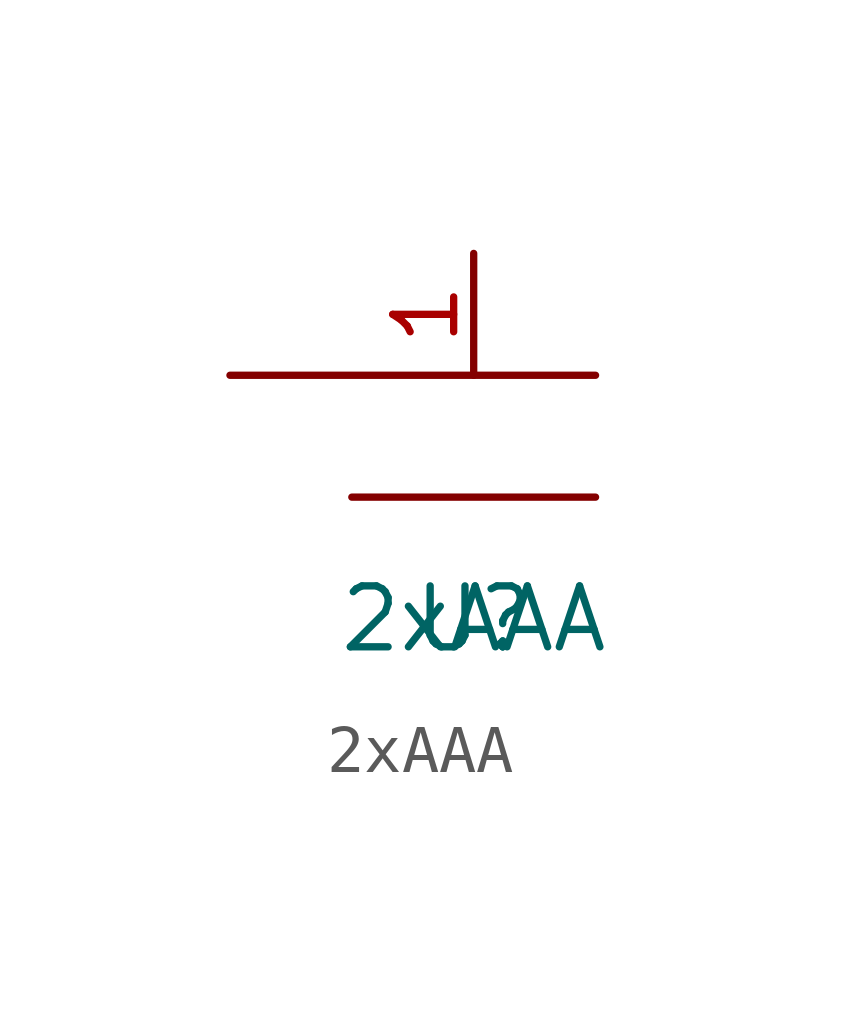
<source format=kicad_sym>
(kicad_symbol_lib
  (version 20211014)
  (generator kicad_symbol_editor)
  (symbol "2xAAA"
    (property "Reference" "U"
      (at 0 0 0)
      (effects (font (size 1.27 1.27))))
    (property "Value" "2xAAA"
      (at 0 0 0)
      (effects (font (size 1.27 1.27))))
    (symbol "2xAAA_0_1"
      (polyline (pts (xy -5.08 5.08) (xy 2.54 5.08)) (stroke (width 0) (type default) (color 0 0 0 0)) (fill (type none)))
      (polyline (pts (xy -2.54 2.54) (xy 2.54 2.54)) (stroke (width 0) (type default) (color 0 0 0 0)) (fill (type none))))
    (symbol "2xAAA_1_1"
      (pin output line (at 0 7.62 270) (length 2.54) (name "" (effects (font (size 1.27 1.27)))) (number "1" (effects (font (size 1.27 1.27))))))))
</source>
